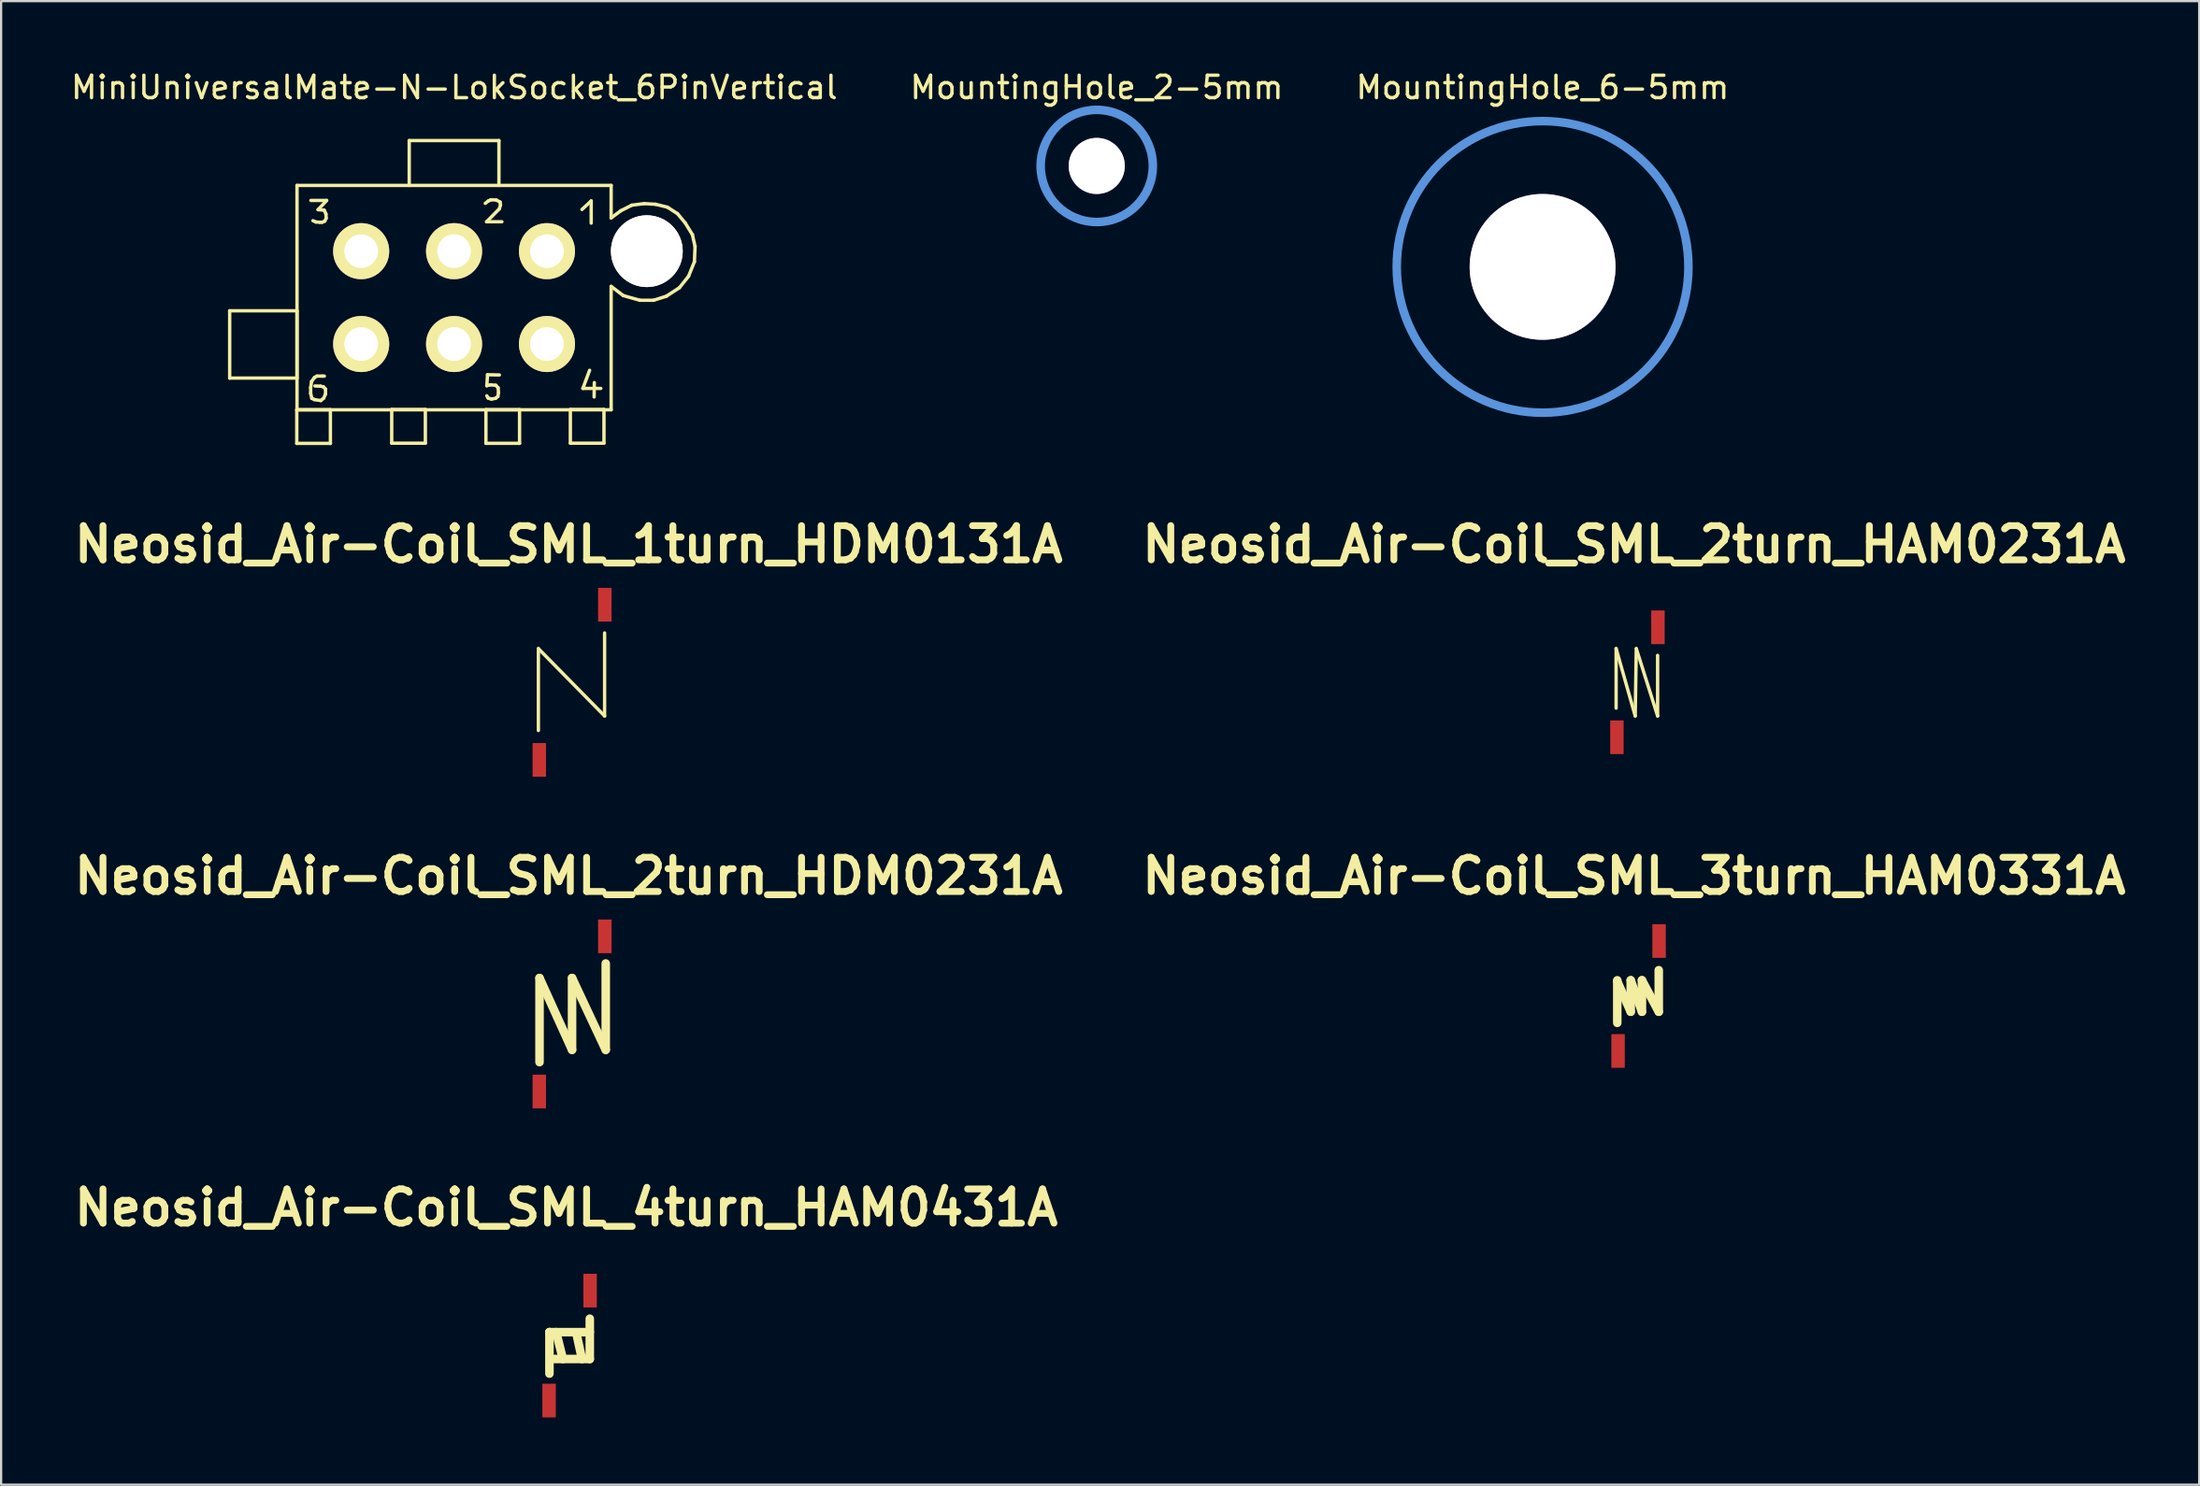
<source format=kicad_pcb>
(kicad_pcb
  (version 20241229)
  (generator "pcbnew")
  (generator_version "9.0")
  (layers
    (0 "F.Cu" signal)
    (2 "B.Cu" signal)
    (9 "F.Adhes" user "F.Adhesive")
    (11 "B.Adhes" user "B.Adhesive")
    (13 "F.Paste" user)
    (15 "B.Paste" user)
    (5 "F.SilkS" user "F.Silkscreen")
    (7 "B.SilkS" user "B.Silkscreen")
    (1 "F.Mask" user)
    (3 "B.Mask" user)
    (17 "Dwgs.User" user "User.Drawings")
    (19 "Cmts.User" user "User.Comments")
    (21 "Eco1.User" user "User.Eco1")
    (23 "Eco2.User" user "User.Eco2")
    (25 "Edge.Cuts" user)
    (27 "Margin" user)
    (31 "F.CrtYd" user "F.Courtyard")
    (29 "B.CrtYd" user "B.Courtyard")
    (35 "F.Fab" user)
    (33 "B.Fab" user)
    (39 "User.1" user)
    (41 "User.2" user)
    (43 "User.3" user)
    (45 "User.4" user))
  (footprint "MiniUniversalMate-N-LokSocket_6PinVertical"
    (layer "F.Cu")
    (at 17.186 10.218)
    (property "Reference" "MiniUniversalMate-N-LokSocket_6PinVertical" (at 0.01 -9.37 0) (layer "F.SilkS") (effects (font (size 1 1) (thickness 0.15))))
    (attr through_hole)
    (fp_line (start -10 0.589) (end -7 0.589) (stroke (width 0.15) (type solid)) (layer "F.SilkS"))
    (fp_line (start -10 3.589) (end -10 0.589) (stroke (width 0.15) (type solid)) (layer "F.SilkS"))
    (fp_line (start -7.01 5.001) (end -5.512 5.001) (stroke (width 0.15) (type solid)) (layer "F.SilkS"))
    (fp_line (start -7.01 6.5) (end -7.01 5.001) (stroke (width 0.15) (type solid)) (layer "F.SilkS"))
    (fp_line (start -7 -5.001) (end 7 -5.001) (stroke (width 0.15) (type solid)) (layer "F.SilkS"))
    (fp_line (start -7 0.589) (end -7 3.589) (stroke (width 0.15) (type solid)) (layer "F.SilkS"))
    (fp_line (start -7 3.589) (end -10 3.589) (stroke (width 0.15) (type solid)) (layer "F.SilkS"))
    (fp_line (start -7 5.001) (end -7 -5.001) (stroke (width 0.15) (type solid)) (layer "F.SilkS"))
    (fp_line (start -6.391 4.011) (end -6.391 4.27) (stroke (width 0.15) (type solid)) (layer "F.SilkS"))
    (fp_line (start -6.391 4.27) (end -6.34 4.491) (stroke (width 0.15) (type solid)) (layer "F.SilkS"))
    (fp_line (start -6.38 -4.331) (end -5.679 -4.331) (stroke (width 0.15) (type solid)) (layer "F.SilkS"))
    (fp_line (start -6.35 3.739) (end -6.391 4.011) (stroke (width 0.15) (type solid)) (layer "F.SilkS"))
    (fp_line (start -6.34 4.491) (end -6.22 4.549) (stroke (width 0.15) (type solid)) (layer "F.SilkS"))
    (fp_line (start -6.22 3.561) (end -6.35 3.739) (stroke (width 0.15) (type solid)) (layer "F.SilkS"))
    (fp_line (start -6.22 4.549) (end -5.941 4.59) (stroke (width 0.15) (type solid)) (layer "F.SilkS"))
    (fp_line (start -6.16 -3.371) (end -6.289 -3.429) (stroke (width 0.15) (type solid)) (layer "F.SilkS"))
    (fp_line (start -6.111 3.5) (end -6.22 3.561) (stroke (width 0.15) (type solid)) (layer "F.SilkS"))
    (fp_line (start -6.06 -3.919) (end -5.791 -3.899) (stroke (width 0.15) (type solid)) (layer "F.SilkS"))
    (fp_line (start -5.989 -3.36) (end -6.16 -3.371) (stroke (width 0.15) (type solid)) (layer "F.SilkS"))
    (fp_line (start -5.951 3.95) (end -6.2 3.94) (stroke (width 0.15) (type solid)) (layer "F.SilkS"))
    (fp_line (start -5.941 4.59) (end -5.809 4.481) (stroke (width 0.15) (type solid)) (layer "F.SilkS"))
    (fp_line (start -5.88 -3.36) (end -5.989 -3.36) (stroke (width 0.15) (type solid)) (layer "F.SilkS"))
    (fp_line (start -5.88 3.5) (end -6.111 3.5) (stroke (width 0.15) (type solid)) (layer "F.SilkS"))
    (fp_line (start -5.819 3.98) (end -5.951 3.95) (stroke (width 0.15) (type solid)) (layer "F.SilkS"))
    (fp_line (start -5.809 4.481) (end -5.73 4.3) (stroke (width 0.15) (type solid)) (layer "F.SilkS"))
    (fp_line (start -5.791 -3.899) (end -5.71 -3.731) (stroke (width 0.15) (type solid)) (layer "F.SilkS"))
    (fp_line (start -5.781 3.5) (end -5.88 3.5) (stroke (width 0.15) (type solid)) (layer "F.SilkS"))
    (fp_line (start -5.761 -3.411) (end -5.88 -3.36) (stroke (width 0.15) (type solid)) (layer "F.SilkS"))
    (fp_line (start -5.73 4.079) (end -5.819 3.98) (stroke (width 0.15) (type solid)) (layer "F.SilkS"))
    (fp_line (start -5.73 4.3) (end -5.73 4.079) (stroke (width 0.15) (type solid)) (layer "F.SilkS"))
    (fp_line (start -5.71 -3.731) (end -5.7 -3.541) (stroke (width 0.15) (type solid)) (layer "F.SilkS"))
    (fp_line (start -5.7 -3.541) (end -5.761 -3.411) (stroke (width 0.15) (type solid)) (layer "F.SilkS"))
    (fp_line (start -5.679 -4.331) (end -6.06 -3.919) (stroke (width 0.15) (type solid)) (layer "F.SilkS"))
    (fp_line (start -5.512 5.001) (end -5.512 6.5) (stroke (width 0.15) (type solid)) (layer "F.SilkS"))
    (fp_line (start -5.512 6.5) (end -7.01 6.5) (stroke (width 0.15) (type solid)) (layer "F.SilkS"))
    (fp_line (start -2.779 4.991) (end -1.28 4.991) (stroke (width 0.15) (type solid)) (layer "F.SilkS"))
    (fp_line (start -2.779 6.49) (end -2.779 4.991) (stroke (width 0.15) (type solid)) (layer "F.SilkS"))
    (fp_line (start -1.999 -7) (end -1.999 -5.001) (stroke (width 0.15) (type solid)) (layer "F.SilkS"))
    (fp_line (start -1.28 4.991) (end -1.28 6.49) (stroke (width 0.15) (type solid)) (layer "F.SilkS"))
    (fp_line (start -1.28 6.49) (end -2.779 6.49) (stroke (width 0.15) (type solid)) (layer "F.SilkS"))
    (fp_line (start 1.389 -4.201) (end 1.529 -4.31) (stroke (width 0.15) (type solid)) (layer "F.SilkS"))
    (fp_line (start 1.42 4.999) (end 2.918 4.999) (stroke (width 0.15) (type solid)) (layer "F.SilkS"))
    (fp_line (start 1.42 6.497) (end 1.42 4.999) (stroke (width 0.15) (type solid)) (layer "F.SilkS"))
    (fp_line (start 1.45 -3.381) (end 2.131 -3.381) (stroke (width 0.15) (type solid)) (layer "F.SilkS"))
    (fp_line (start 1.46 3.929) (end 1.61 3.889) (stroke (width 0.15) (type solid)) (layer "F.SilkS"))
    (fp_line (start 1.491 3.439) (end 1.46 3.929) (stroke (width 0.15) (type solid)) (layer "F.SilkS"))
    (fp_line (start 1.519 4.481) (end 1.46 4.379) (stroke (width 0.15) (type solid)) (layer "F.SilkS"))
    (fp_line (start 1.529 -4.31) (end 1.641 -4.361) (stroke (width 0.15) (type solid)) (layer "F.SilkS"))
    (fp_line (start 1.61 3.889) (end 1.859 3.909) (stroke (width 0.15) (type solid)) (layer "F.SilkS"))
    (fp_line (start 1.621 4.511) (end 1.519 4.481) (stroke (width 0.15) (type solid)) (layer "F.SilkS"))
    (fp_line (start 1.641 -4.361) (end 1.88 -4.351) (stroke (width 0.15) (type solid)) (layer "F.SilkS"))
    (fp_line (start 1.679 4.521) (end 1.621 4.511) (stroke (width 0.15) (type solid)) (layer "F.SilkS"))
    (fp_line (start 1.849 4.491) (end 1.679 4.521) (stroke (width 0.15) (type solid)) (layer "F.SilkS"))
    (fp_line (start 1.859 3.909) (end 1.961 4.021) (stroke (width 0.15) (type solid)) (layer "F.SilkS"))
    (fp_line (start 1.88 -4.351) (end 2.05 -4.26) (stroke (width 0.15) (type solid)) (layer "F.SilkS"))
    (fp_line (start 1.951 4.409) (end 1.849 4.491) (stroke (width 0.15) (type solid)) (layer "F.SilkS"))
    (fp_line (start 1.961 4.021) (end 1.981 4.229) (stroke (width 0.15) (type solid)) (layer "F.SilkS"))
    (fp_line (start 1.981 4.229) (end 1.951 4.409) (stroke (width 0.15) (type solid)) (layer "F.SilkS"))
    (fp_line (start 1.999 -7) (end -1.999 -7) (stroke (width 0.15) (type solid)) (layer "F.SilkS"))
    (fp_line (start 1.999 -5.001) (end 1.999 -7) (stroke (width 0.15) (type solid)) (layer "F.SilkS"))
    (fp_line (start 2.019 -3.96) (end 1.45 -3.381) (stroke (width 0.15) (type solid)) (layer "F.SilkS"))
    (fp_line (start 2.019 3.449) (end 1.491 3.439) (stroke (width 0.15) (type solid)) (layer "F.SilkS"))
    (fp_line (start 2.05 -4.26) (end 2.07 -4.13) (stroke (width 0.15) (type solid)) (layer "F.SilkS"))
    (fp_line (start 2.07 -4.13) (end 2.019 -3.96) (stroke (width 0.15) (type solid)) (layer "F.SilkS"))
    (fp_line (start 2.918 4.999) (end 2.918 6.497) (stroke (width 0.15) (type solid)) (layer "F.SilkS"))
    (fp_line (start 2.918 6.497) (end 1.42 6.497) (stroke (width 0.15) (type solid)) (layer "F.SilkS"))
    (fp_line (start 5.182 4.991) (end 6.68 4.991) (stroke (width 0.15) (type solid)) (layer "F.SilkS"))
    (fp_line (start 5.182 6.49) (end 5.182 4.991) (stroke (width 0.15) (type solid)) (layer "F.SilkS"))
    (fp_line (start 5.7 -3.929) (end 6.111 -4.31) (stroke (width 0.15) (type solid)) (layer "F.SilkS"))
    (fp_line (start 5.74 4.049) (end 6.54 4.049) (stroke (width 0.15) (type solid)) (layer "F.SilkS"))
    (fp_line (start 6.04 3.241) (end 5.74 4.049) (stroke (width 0.15) (type solid)) (layer "F.SilkS"))
    (fp_line (start 6.111 -4.31) (end 6.111 -3.32) (stroke (width 0.15) (type solid)) (layer "F.SilkS"))
    (fp_line (start 6.241 4.43) (end 6.251 3.79) (stroke (width 0.15) (type solid)) (layer "F.SilkS"))
    (fp_line (start 6.68 4.991) (end 6.68 6.49) (stroke (width 0.15) (type solid)) (layer "F.SilkS"))
    (fp_line (start 6.68 6.49) (end 5.182 6.49) (stroke (width 0.15) (type solid)) (layer "F.SilkS"))
    (fp_line (start 7 -5.001) (end 7 -3.551) (stroke (width 0.15) (type solid)) (layer "F.SilkS"))
    (fp_line (start 7 -0.5) (end 7.541 -0.089) (stroke (width 0.15) (type solid)) (layer "F.SilkS"))
    (fp_line (start 7 5.001) (end -7 5.001) (stroke (width 0.15) (type solid)) (layer "F.SilkS"))
    (fp_line (start 7 5.001) (end 7 -0.5) (stroke (width 0.15) (type solid)) (layer "F.SilkS"))
    (fp_line (start 7.429 -3.871) (end 7 -3.551) (stroke (width 0.15) (type solid)) (layer "F.SilkS"))
    (fp_line (start 7.541 -0.089) (end 8.28 0.119) (stroke (width 0.15) (type solid)) (layer "F.SilkS"))
    (fp_line (start 7.92 -4.12) (end 7.429 -3.871) (stroke (width 0.15) (type solid)) (layer "F.SilkS"))
    (fp_line (start 8.28 0.119) (end 8.89 0.119) (stroke (width 0.15) (type solid)) (layer "F.SilkS"))
    (fp_line (start 8.471 -4.191) (end 7.92 -4.12) (stroke (width 0.15) (type solid)) (layer "F.SilkS"))
    (fp_line (start 8.89 0.119) (end 9.459 -0.061) (stroke (width 0.15) (type solid)) (layer "F.SilkS"))
    (fp_line (start 8.979 -4.161) (end 8.471 -4.191) (stroke (width 0.15) (type solid)) (layer "F.SilkS"))
    (fp_line (start 9.459 -0.061) (end 10.041 -0.439) (stroke (width 0.15) (type solid)) (layer "F.SilkS"))
    (fp_line (start 9.51 -4.031) (end 8.979 -4.161) (stroke (width 0.15) (type solid)) (layer "F.SilkS"))
    (fp_line (start 9.959 -3.739) (end 9.51 -4.031) (stroke (width 0.15) (type solid)) (layer "F.SilkS"))
    (fp_line (start 10.041 -0.439) (end 10.45 -0.95) (stroke (width 0.15) (type solid)) (layer "F.SilkS"))
    (fp_line (start 10.3 -3.33) (end 9.959 -3.739) (stroke (width 0.15) (type solid)) (layer "F.SilkS"))
    (fp_line (start 10.45 -0.95) (end 10.711 -1.6) (stroke (width 0.15) (type solid)) (layer "F.SilkS"))
    (fp_line (start 10.62 -2.809) (end 10.3 -3.33) (stroke (width 0.15) (type solid)) (layer "F.SilkS"))
    (fp_line (start 10.711 -1.6) (end 10.739 -2.281) (stroke (width 0.15) (type solid)) (layer "F.SilkS"))
    (fp_line (start 10.739 -2.281) (end 10.62 -2.809) (stroke (width 0.15) (type solid)) (layer "F.SilkS"))
    (pad "" np_thru_hole circle (at 8.59 -2.07) (size 3.2 3.2) (drill 3.2) (layers "*.Cu" "*.Mask" "F.SilkS"))
    (pad "1" thru_hole circle (at 4.14 -2.07) (size 2.499 2.499) (drill 1.501) (layers "*.Cu" "*.Mask" "F.SilkS"))
    (pad "2" thru_hole circle (at 0 -2.07) (size 2.499 2.499) (drill 1.501) (layers "*.Cu" "*.Mask" "F.SilkS"))
    (pad "3" thru_hole circle (at -4.14 -2.07) (size 2.499 2.499) (drill 1.501) (layers "*.Cu" "*.Mask" "F.SilkS"))
    (pad "4" thru_hole circle (at 4.14 2.07) (size 2.499 2.499) (drill 1.501) (layers "*.Cu" "*.Mask" "F.SilkS"))
    (pad "5" thru_hole circle (at 0 2.07) (size 2.499 2.499) (drill 1.501) (layers "*.Cu" "*.Mask" "F.SilkS"))
    (pad "6" thru_hole circle (at -4.14 2.07) (size 2.499 2.499) (drill 1.501) (layers "*.Cu" "*.Mask" "F.SilkS")))
  (footprint "MountingHole_2-5mm"
    (layer "F.Cu")
    (at 45.827 4.348)
    (property "Reference" "MountingHole_2-5mm" (at 0 -3.5 0) (layer "F.SilkS") (effects (font (size 1 1) (thickness 0.15))))
    (attr through_hole)
    (fp_circle (center 0 0) (end 2.5 0) (stroke (width 0.381) (type solid)) (fill no) (layer "Cmts.User"))
    (pad "" thru_hole circle (at 0 0) (size 2.5 2.5) (drill 2.5) (layers)))
  (footprint "Neosid_Air-Coil_SML_2turn_HDM0231A"
    (layer "F.Cu")
    (at 22.444 42.155)
    (property "Reference" "Neosid_Air-Coil_SML_2turn_HDM0231A" (at -0.15 -6.149 0) (layer "F.SilkS") (effects (font (size 1.524 1.524) (thickness 0.305))))
    (attr smd)
    (fp_line (start -1.45 -1.6) (end -1.45 2.149) (stroke (width 0.381) (type solid)) (layer "F.SilkS"))
    (fp_line (start -1.45 -1.6) (end 0 1.6) (stroke (width 0.381) (type solid)) (layer "F.SilkS"))
    (fp_line (start 0 -1.6) (end 0 1.6) (stroke (width 0.381) (type solid)) (layer "F.SilkS"))
    (fp_line (start 0 -1.6) (end 1.501 1.6) (stroke (width 0.381) (type solid)) (layer "F.SilkS"))
    (fp_line (start 1.501 1.6) (end 1.501 -2.25) (stroke (width 0.381) (type solid)) (layer "F.SilkS"))
    (pad "1" smd rect (at -1.46 3.459) (size 0.599 1.501) (layers "F.Cu" "F.Mask" "F.Paste"))
    (pad "2" smd rect (at 1.46 -3.459) (size 0.599 1.501) (layers "F.Cu" "F.Mask" "F.Paste")))
  (footprint "Neosid_Air-Coil_SML_1turn_HDM0131A"
    (layer "F.Cu")
    (at 22.444 27.369)
    (property "Reference" "Neosid_Air-Coil_SML_1turn_HDM0131A" (at -0.15 -6.149 0) (layer "F.SilkS") (effects (font (size 1.524 1.524) (thickness 0.305))))
    (attr smd)
    (fp_line (start -1.501 -1.501) (end -1.501 2.149) (stroke (width 0.15) (type solid)) (layer "F.SilkS"))
    (fp_line (start -1.501 -1.501) (end 1.45 1.501) (stroke (width 0.15) (type solid)) (layer "F.SilkS"))
    (fp_line (start 1.45 1.501) (end 1.45 -2.2) (stroke (width 0.15) (type solid)) (layer "F.SilkS"))
    (pad "1" smd rect (at -1.46 3.459) (size 0.599 1.501) (layers "F.Cu" "F.Mask" "F.Paste"))
    (pad "2" smd rect (at 1.46 -3.459) (size 0.599 1.501) (layers "F.Cu" "F.Mask" "F.Paste")))
  (footprint "Neosid_Air-Coil_SML_2turn_HAM0231A"
    (layer "F.Cu")
    (at 69.923 27.369)
    (property "Reference" "Neosid_Air-Coil_SML_2turn_HAM0231A" (at -0.15 -6.149 0) (layer "F.SilkS") (effects (font (size 1.524 1.524) (thickness 0.305))))
    (attr smd)
    (fp_line (start -0.95 -1.501) (end -0.099 1.501) (stroke (width 0.15) (type solid)) (layer "F.SilkS"))
    (fp_line (start -0.95 1.151) (end -0.95 -1.501) (stroke (width 0.15) (type solid)) (layer "F.SilkS"))
    (fp_line (start -0.099 1.501) (end -0.051 -1.501) (stroke (width 0.15) (type solid)) (layer "F.SilkS"))
    (fp_line (start -0.051 -1.501) (end 0.899 1.501) (stroke (width 0.15) (type solid)) (layer "F.SilkS"))
    (fp_line (start 0.899 -1.199) (end 0.899 1.501) (stroke (width 0.15) (type solid)) (layer "F.SilkS"))
    (pad "1" smd rect (at -0.914 2.451) (size 0.599 1.501) (layers "F.Cu" "F.Mask" "F.Paste"))
    (pad "2" smd rect (at 0.914 -2.451) (size 0.599 1.501) (layers "F.Cu" "F.Mask" "F.Paste")))
  (footprint "MountingHole_6-5mm"
    (layer "F.Cu")
    (at 65.696 8.849)
    (property "Reference" "MountingHole_6-5mm" (at 0 -8.001 0) (layer "F.SilkS") (effects (font (size 1 1) (thickness 0.15))))
    (attr through_hole)
    (fp_circle (center 0 0) (end 6.5 0) (stroke (width 0.381) (type solid)) (fill no) (layer "Cmts.User"))
    (pad "" thru_hole circle (at 0 0) (size 6.5 6.5) (drill 6.5) (layers)))
  (footprint "Neosid_Air-Coil_SML_4turn_HAM0431A"
    (layer "F.Cu")
    (at 22.335 56.941)
    (property "Reference" "Neosid_Air-Coil_SML_4turn_HAM0431A" (at -0.15 -6.149 0) (layer "F.SilkS") (effects (font (size 1.524 1.524) (thickness 0.305))))
    (attr smd)
    (fp_line (start -0.899 -0.599) (end -0.899 -0.551) (stroke (width 0.381) (type solid)) (layer "F.SilkS"))
    (fp_line (start -0.899 -0.599) (end 0.899 -0.599) (stroke (width 0.381) (type solid)) (layer "F.SilkS"))
    (fp_line (start -0.899 1.25) (end -0.899 -0.599) (stroke (width 0.381) (type solid)) (layer "F.SilkS"))
    (fp_line (start -0.599 -0.599) (end -0.3 0.599) (stroke (width 0.381) (type solid)) (layer "F.SilkS"))
    (fp_line (start 0.3 -0.551) (end 0.551 0.599) (stroke (width 0.381) (type solid)) (layer "F.SilkS"))
    (fp_line (start 0.899 0.599) (end -0.851 0.599) (stroke (width 0.381) (type solid)) (layer "F.SilkS"))
    (fp_line (start 0.899 0.599) (end 0.899 -1.199) (stroke (width 0.381) (type solid)) (layer "F.SilkS"))
    (pad "1" smd rect (at -0.914 2.451) (size 0.599 1.501) (layers "F.Cu" "F.Mask" "F.Paste"))
    (pad "2" smd rect (at 0.914 -2.451) (size 0.599 1.501) (layers "F.Cu" "F.Mask" "F.Paste")))
  (footprint "Neosid_Air-Coil_SML_3turn_HAM0331A"
    (layer "F.Cu")
    (at 69.974 41.355)
    (property "Reference" "Neosid_Air-Coil_SML_3turn_HAM0331A" (at -0.201 -5.349 0) (layer "F.SilkS") (effects (font (size 1.524 1.524) (thickness 0.305))))
    (attr smd)
    (fp_line (start -0.95 -0.65) (end -0.351 0.701) (stroke (width 0.381) (type solid)) (layer "F.SilkS"))
    (fp_line (start -0.95 1.199) (end -0.95 -0.701) (stroke (width 0.381) (type solid)) (layer "F.SilkS"))
    (fp_line (start -0.351 -0.701) (end 0.15 0.701) (stroke (width 0.381) (type solid)) (layer "F.SilkS"))
    (fp_line (start -0.351 0.701) (end -0.351 -0.701) (stroke (width 0.381) (type solid)) (layer "F.SilkS"))
    (fp_line (start 0.15 -0.701) (end 0.899 0.701) (stroke (width 0.381) (type solid)) (layer "F.SilkS"))
    (fp_line (start 0.15 0.701) (end 0.15 -0.701) (stroke (width 0.381) (type solid)) (layer "F.SilkS"))
    (fp_line (start 0.899 -1.151) (end 0.899 0.701) (stroke (width 0.381) (type solid)) (layer "F.SilkS"))
    (pad "1" smd rect (at -0.914 2.451) (size 0.599 1.501) (layers "F.Cu" "F.Mask" "F.Paste"))
    (pad "2" smd rect (at 0.914 -2.451) (size 0.599 1.501) (layers "F.Cu" "F.Mask" "F.Paste")))
  (gr_rect
    (start -3 -3)
    (end 94.958 63.142)
    (stroke (width 0.1) (type default))
    (fill no)
    (layer "Edge.Cuts")))
</source>
